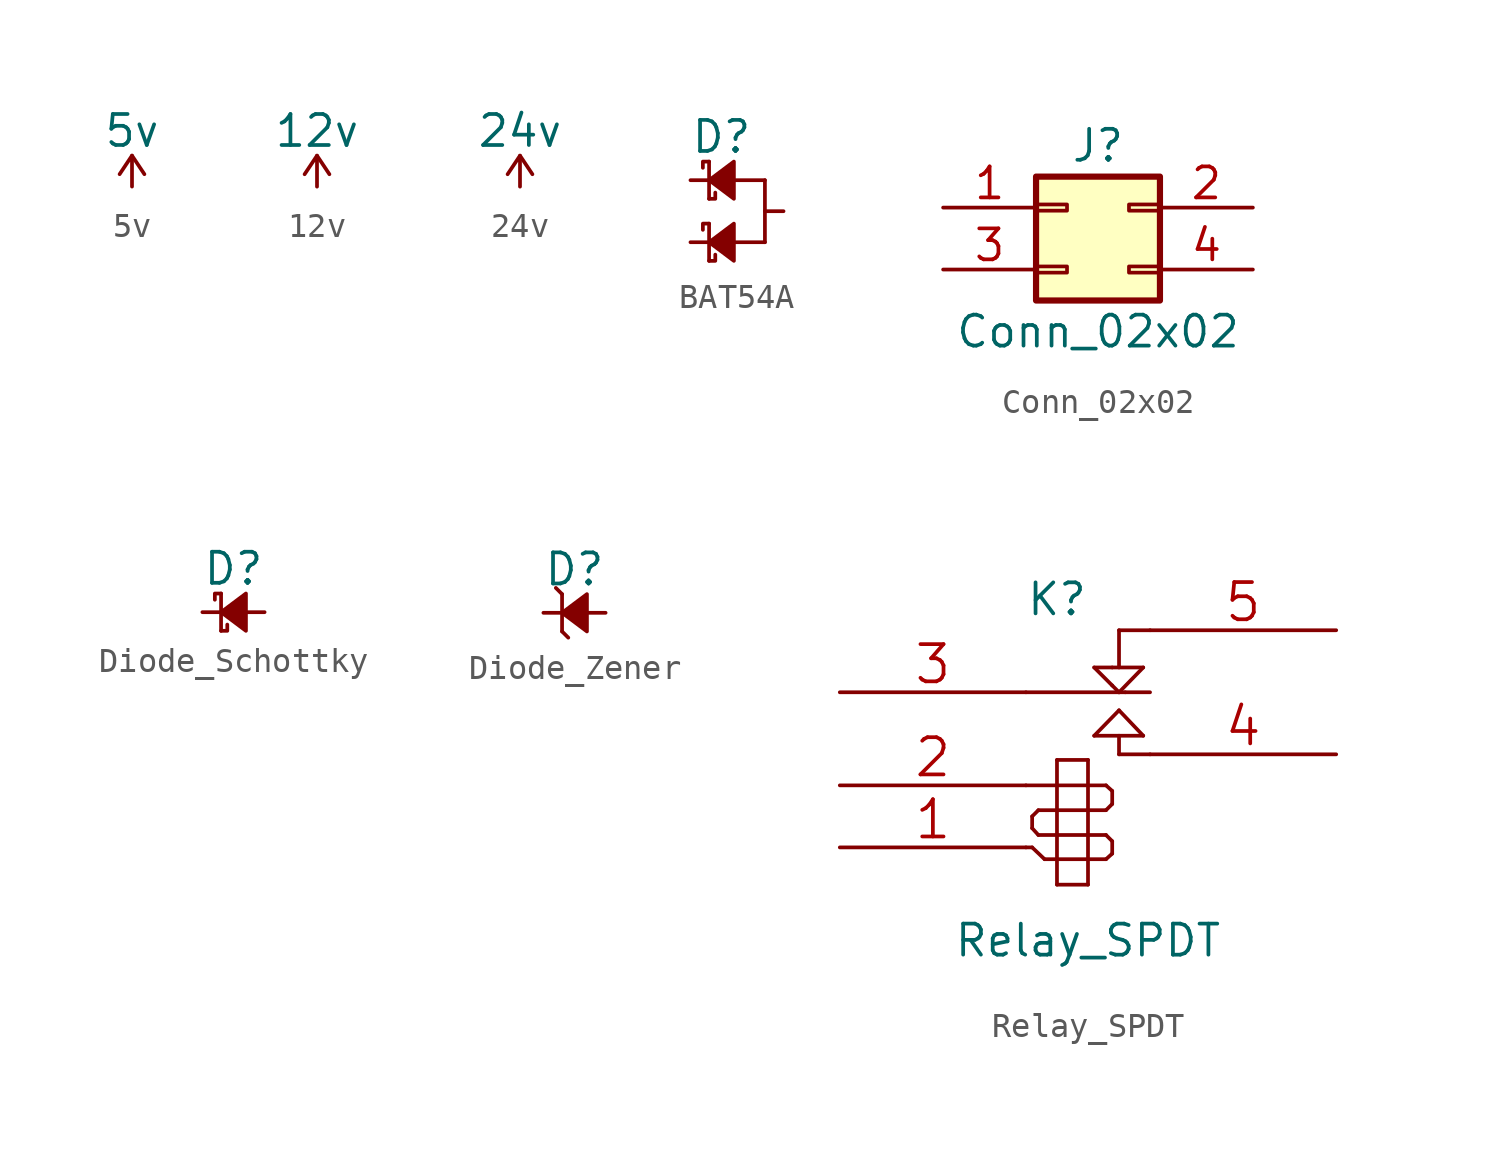
<source format=kicad_sym>
(kicad_symbol_lib
  (version 20211014)
  (generator kicad_symbol_editor)
  (symbol "5v"
    (power)
    (pin_numbers hide)
    (pin_names
      (offset 1.016) hide)
    (property "Reference" "#PWR"
      (at 0 2.794 0)
      (effects (font (size 1.27 1.27)) (justify left) hide))
    (property "Value" "5v"
      (at 0 2.286 0)
      (effects (font (size 1.27 1.27))))
    (symbol "5v_0_1"
      (polyline (pts (xy 0 1.27) (xy 0.508 0.508)) (stroke (width 0) (type default) (color 0 0 0 0)) (fill (type none)))
      (polyline (pts (xy 0 0) (xy 0 1.27) (xy -0.508 0.508)) (stroke (width 0) (type default) (color 0 0 0 0)) (fill (type none))))
    (symbol "5v_1_1"
      (pin power_in line (at 0 0 180) (length 0) hide (name "1v8" (effects (font (size 1.27 1.27)))) (number "1" (effects (font (size 1.27 1.27)))))))
  (symbol "12v"
    (power)
    (pin_numbers hide)
    (pin_names
      (offset 1.016) hide)
    (property "Reference" "#PWR"
      (at 0 2.794 0)
      (effects (font (size 1.27 1.27)) (justify left) hide))
    (property "Value" "12v"
      (at 0 2.286 0)
      (effects (font (size 1.27 1.27))))
    (symbol "12v_0_1"
      (polyline (pts (xy 0 1.27) (xy 0.508 0.508)) (stroke (width 0) (type default) (color 0 0 0 0)) (fill (type none)))
      (polyline (pts (xy 0 0) (xy 0 1.27) (xy -0.508 0.508)) (stroke (width 0) (type default) (color 0 0 0 0)) (fill (type none))))
    (symbol "12v_1_1"
      (pin power_in line (at 0 0 180) (length 0) hide (name "3v3" (effects (font (size 1.27 1.27)))) (number "1" (effects (font (size 1.27 1.27)))))))
  (symbol "24v"
    (power)
    (pin_numbers hide)
    (pin_names
      (offset 1.016) hide)
    (property "Reference" "#PWR"
      (at 0 2.794 0)
      (effects (font (size 1.27 1.27)) (justify left) hide))
    (property "Value" "24v"
      (at 0 2.286 0)
      (effects (font (size 1.27 1.27))))
    (symbol "24v_0_1"
      (polyline (pts (xy 0 1.27) (xy 0.508 0.508)) (stroke (width 0) (type default) (color 0 0 0 0)) (fill (type none)))
      (polyline (pts (xy 0 0) (xy 0 1.27) (xy -0.508 0.508)) (stroke (width 0) (type default) (color 0 0 0 0)) (fill (type none))))
    (symbol "24v_1_1"
      (pin power_in line (at 0 0 180) (length 0) hide (name "3v3" (effects (font (size 1.27 1.27)))) (number "1" (effects (font (size 1.27 1.27)))))))
  (symbol "BAT54A"
    (pin_numbers hide)
    (pin_names
      (offset 1.016) hide)
    (property "Reference" "D"
      (at 1.27 1.778 0)
      (effects (font (size 1.27 1.27))))
    (symbol "BAT54A_0_1"
      (polyline (pts (xy 0.762 -1.778) (xy 0.762 -3.302)) (stroke (width 0) (type default) (color 0 0 0 0)) (fill (type none)))
      (polyline (pts (xy 0.762 0.762) (xy 0.762 -0.762)) (stroke (width 0) (type default) (color 0 0 0 0)) (fill (type none)))
      (polyline (pts (xy 1.778 -2.54) (xy 3.048 -2.54)) (stroke (width 0) (type default) (color 0 0 0 0)) (fill (type none)))
      (polyline (pts (xy 3.048 -2.54) (xy 3.048 0)) (stroke (width 0) (type default) (color 0 0 0 0)) (fill (type none)))
      (polyline (pts (xy 3.048 0) (xy 1.778 0)) (stroke (width 0) (type default) (color 0 0 0 0)) (fill (type none)))
      (polyline (pts (xy 0.762 -3.302) (xy 1.016 -3.302) (xy 1.016 -3.048)) (stroke (width 0) (type default) (color 0 0 0 0)) (fill (type none)))
      (polyline (pts (xy 0.762 -1.778) (xy 0.508 -1.778) (xy 0.508 -2.032)) (stroke (width 0) (type default) (color 0 0 0 0)) (fill (type none)))
      (polyline (pts (xy 0.762 -0.762) (xy 1.016 -0.762) (xy 1.016 -0.508)) (stroke (width 0) (type default) (color 0 0 0 0)) (fill (type none)))
      (polyline (pts (xy 0.762 0.762) (xy 0.508 0.762) (xy 0.508 0.508)) (stroke (width 0) (type default) (color 0 0 0 0)) (fill (type none)))
      (polyline (pts (xy 1.778 -1.778) (xy 0.762 -2.54) (xy 1.778 -3.302) (xy 1.778 -1.778)) (stroke (width 0) (type default) (color 0 0 0 0)) (fill (type outline)))
      (polyline (pts (xy 1.778 0.762) (xy 0.762 0) (xy 1.778 -0.762) (xy 1.778 0.762)) (stroke (width 0) (type default) (color 0 0 0 0)) (fill (type outline))))
    (symbol "BAT54A_1_1"
      (pin passive line (at 0 0 0) (length 0.762) (name "~" (effects (font (size 1.27 1.27)))) (number "1" (effects (font (size 1.27 1.27)))))
      (pin passive line (at 0 -2.54 0) (length 0.762) (name "~" (effects (font (size 1.27 1.27)))) (number "2" (effects (font (size 1.27 1.27)))))
      (pin passive line (at 3.81 -1.27 180) (length 0.762) (name "~" (effects (font (size 1.27 1.27)))) (number "3" (effects (font (size 1.27 1.27)))))))
  (symbol "Conn_02x02"
    (pin_names
      (offset 1.016) hide)
    (property "Reference" "J"
      (at 1.27 2.54 0)
      (effects (font (size 1.27 1.27))))
    (property "Value" "Conn_02x02"
      (at 1.27 -5.08 0)
      (effects (font (size 1.27 1.27))))
    (symbol "Conn_02x02_1_1"
      (rectangle (start -1.27 -2.413) (end 0 -2.667) (stroke (width 0.152) (type default) (color 0 0 0 0)) (fill (type none)))
      (rectangle (start -1.27 0.127) (end 0 -0.127) (stroke (width 0.152) (type default) (color 0 0 0 0)) (fill (type none)))
      (rectangle (start -1.27 1.27) (end 3.81 -3.81) (stroke (width 0.254) (type default) (color 0 0 0 0)) (fill (type background)))
      (rectangle (start 3.81 -2.413) (end 2.54 -2.667) (stroke (width 0.152) (type default) (color 0 0 0 0)) (fill (type none)))
      (rectangle (start 3.81 0.127) (end 2.54 -0.127) (stroke (width 0.152) (type default) (color 0 0 0 0)) (fill (type none)))
      (pin passive line (at -5.08 0 0) (length 3.81) (name "Pin_1" (effects (font (size 1.27 1.27)))) (number "1" (effects (font (size 1.27 1.27)))))
      (pin passive line (at 7.62 0 180) (length 3.81) (name "Pin_2" (effects (font (size 1.27 1.27)))) (number "2" (effects (font (size 1.27 1.27)))))
      (pin passive line (at -5.08 -2.54 0) (length 3.81) (name "Pin_3" (effects (font (size 1.27 1.27)))) (number "3" (effects (font (size 1.27 1.27)))))
      (pin passive line (at 7.62 -2.54 180) (length 3.81) (name "Pin_4" (effects (font (size 1.27 1.27)))) (number "4" (effects (font (size 1.27 1.27)))))))
  (symbol "Diode_Schottky"
    (pin_numbers hide)
    (pin_names
      (offset 1.016) hide)
    (property "Reference" "D"
      (at 1.27 1.778 0)
      (effects (font (size 1.27 1.27))))
    (symbol "Diode_Schottky_0_1"
      (polyline (pts (xy 0.762 0.762) (xy 0.762 -0.762)) (stroke (width 0) (type default) (color 0 0 0 0)) (fill (type none)))
      (polyline (pts (xy 0.762 -0.762) (xy 1.016 -0.762) (xy 1.016 -0.508)) (stroke (width 0) (type default) (color 0 0 0 0)) (fill (type none)))
      (polyline (pts (xy 0.762 0.762) (xy 0.508 0.762) (xy 0.508 0.508)) (stroke (width 0) (type default) (color 0 0 0 0)) (fill (type none)))
      (polyline (pts (xy 1.778 0.762) (xy 0.762 0) (xy 1.778 -0.762) (xy 1.778 0.762)) (stroke (width 0) (type default) (color 0 0 0 0)) (fill (type outline))))
    (symbol "Diode_Schottky_1_1"
      (pin passive line (at 0 0 0) (length 0.762) (name "~" (effects (font (size 1.27 1.27)))) (number "1" (effects (font (size 1.27 1.27)))))
      (pin passive line (at 2.54 0 180) (length 0.762) (name "~" (effects (font (size 1.27 1.27)))) (number "2" (effects (font (size 1.27 1.27)))))))
  (symbol "Diode_Zener"
    (pin_numbers hide)
    (pin_names
      (offset 1.016) hide)
    (property "Reference" "D"
      (at 1.27 1.778 0)
      (effects (font (size 1.27 1.27))))
    (symbol "Diode_Zener_0_1"
      (polyline (pts (xy 0.762 -0.762) (xy 1.016 -1.016)) (stroke (width 0) (type default) (color 0 0 0 0)) (fill (type none)))
      (polyline (pts (xy 0.762 0.762) (xy 0.508 1.016)) (stroke (width 0) (type default) (color 0 0 0 0)) (fill (type none)))
      (polyline (pts (xy 0.762 0.762) (xy 0.762 -0.762)) (stroke (width 0) (type default) (color 0 0 0 0)) (fill (type none)))
      (polyline (pts (xy 1.778 0.762) (xy 0.762 0) (xy 1.778 -0.762) (xy 1.778 0.762)) (stroke (width 0) (type default) (color 0 0 0 0)) (fill (type outline))))
    (symbol "Diode_Zener_1_1"
      (pin passive line (at 0 0 0) (length 0.762) (name "~" (effects (font (size 1.27 1.27)))) (number "1" (effects (font (size 1.27 1.27)))))
      (pin passive line (at 2.54 0 180) (length 0.762) (name "~" (effects (font (size 1.27 1.27)))) (number "2" (effects (font (size 1.27 1.27)))))))
  (symbol "Relay_SPDT"
    (pin_names
      (offset 1.016) hide)
    (property "Reference" "K"
      (at -1.27 10.16 0)
      (effects (font (size 1.27 1.27))))
    (property "Value" "Relay_SPDT"
      (at 0 -3.81 0)
      (effects (font (size 1.27 1.27))))
    (property "Footprint" ""
      (at 0 0 0)
      (effects (font (size 1.524 1.524))))
    (property "Datasheet" ""
      (at 0 0 0)
      (effects (font (size 1.524 1.524))))
    (symbol "Relay_SPDT_0_1"
      (polyline (pts (xy -2.54 0) (xy -2.286 0)) (stroke (width 0) (type default) (color 0 0 0 0)) (fill (type none)))
      (polyline (pts (xy -2.54 2.54) (xy -1.27 2.54)) (stroke (width 0) (type default) (color 0 0 0 0)) (fill (type none)))
      (polyline (pts (xy -2.286 0) (xy -1.778 -0.483)) (stroke (width 0) (type default) (color 0 0 0 0)) (fill (type none)))
      (polyline (pts (xy -2.286 0.787) (xy -2.286 1.27)) (stroke (width 0) (type default) (color 0 0 0 0)) (fill (type none)))
      (polyline (pts (xy -2.032 0.508) (xy -2.286 0.787)) (stroke (width 0) (type default) (color 0 0 0 0)) (fill (type none)))
      (polyline (pts (xy -2.032 1.524) (xy -2.286 1.27)) (stroke (width 0) (type default) (color 0 0 0 0)) (fill (type none)))
      (polyline (pts (xy -1.778 -0.483) (xy -1.27 -0.483)) (stroke (width 0) (type default) (color 0 0 0 0)) (fill (type none)))
      (polyline (pts (xy -1.27 -1.524) (xy -1.27 3.581)) (stroke (width 0) (type default) (color 0 0 0 0)) (fill (type none)))
      (polyline (pts (xy -1.27 0.508) (xy -2.032 0.508)) (stroke (width 0) (type default) (color 0 0 0 0)) (fill (type none)))
      (polyline (pts (xy -1.27 0.508) (xy 0 0.508)) (stroke (width 0) (type default) (color 0 0 0 0)) (fill (type none)))
      (polyline (pts (xy -1.27 1.524) (xy -2.032 1.524)) (stroke (width 0) (type default) (color 0 0 0 0)) (fill (type none)))
      (polyline (pts (xy -1.27 2.54) (xy 0 2.54)) (stroke (width 0) (type default) (color 0 0 0 0)) (fill (type none)))
      (polyline (pts (xy -1.27 3.581) (xy 0 3.581)) (stroke (width 0) (type default) (color 0 0 0 0)) (fill (type none)))
      (polyline (pts (xy 0 -1.524) (xy -1.27 -1.524)) (stroke (width 0) (type default) (color 0 0 0 0)) (fill (type none)))
      (polyline (pts (xy 0 -0.483) (xy -1.27 -0.483)) (stroke (width 0) (type default) (color 0 0 0 0)) (fill (type none)))
      (polyline (pts (xy 0 -0.483) (xy 0.737 -0.483)) (stroke (width 0) (type default) (color 0 0 0 0)) (fill (type none)))
      (polyline (pts (xy 0 0.508) (xy 0.737 0.508)) (stroke (width 0) (type default) (color 0 0 0 0)) (fill (type none)))
      (polyline (pts (xy 0 1.524) (xy -1.27 1.524)) (stroke (width 0) (type default) (color 0 0 0 0)) (fill (type none)))
      (polyline (pts (xy 0 1.524) (xy 0.737 1.524)) (stroke (width 0) (type default) (color 0 0 0 0)) (fill (type none)))
      (polyline (pts (xy 0 2.54) (xy 0.737 2.54)) (stroke (width 0) (type default) (color 0 0 0 0)) (fill (type none)))
      (polyline (pts (xy 0 3.581) (xy 0 -1.524)) (stroke (width 0) (type default) (color 0 0 0 0)) (fill (type none)))
      (polyline (pts (xy 0.254 4.572) (xy 1.27 5.613)) (stroke (width 0) (type default) (color 0 0 0 0)) (fill (type none)))
      (polyline (pts (xy 0.254 7.366) (xy 0.991 7.366)) (stroke (width 0) (type default) (color 0 0 0 0)) (fill (type none)))
      (polyline (pts (xy 0.737 -0.483) (xy 0.991 -0.254)) (stroke (width 0) (type default) (color 0 0 0 0)) (fill (type none)))
      (polyline (pts (xy 0.737 0.508) (xy 0.991 0.254)) (stroke (width 0) (type default) (color 0 0 0 0)) (fill (type none)))
      (polyline (pts (xy 0.737 1.524) (xy 0.991 1.778)) (stroke (width 0) (type default) (color 0 0 0 0)) (fill (type none)))
      (polyline (pts (xy 0.737 2.54) (xy 0.991 2.311)) (stroke (width 0) (type default) (color 0 0 0 0)) (fill (type none)))
      (polyline (pts (xy 0.991 -0.254) (xy 0.991 0.254)) (stroke (width 0) (type default) (color 0 0 0 0)) (fill (type none)))
      (polyline (pts (xy 0.991 2.311) (xy 0.991 1.778)) (stroke (width 0) (type default) (color 0 0 0 0)) (fill (type none)))
      (polyline (pts (xy 0.991 6.629) (xy 0.254 7.366)) (stroke (width 0) (type default) (color 0 0 0 0)) (fill (type none)))
      (polyline (pts (xy 0.991 6.629) (xy 1.27 6.35)) (stroke (width 0) (type default) (color 0 0 0 0)) (fill (type none)))
      (polyline (pts (xy 0.991 7.366) (xy 2.261 7.366)) (stroke (width 0) (type default) (color 0 0 0 0)) (fill (type none)))
      (polyline (pts (xy 1.27 3.81) (xy 1.27 4.572)) (stroke (width 0) (type default) (color 0 0 0 0)) (fill (type none)))
      (polyline (pts (xy 1.27 3.81) (xy 2.54 3.81)) (stroke (width 0) (type default) (color 0 0 0 0)) (fill (type none)))
      (polyline (pts (xy 1.27 5.613) (xy 2.261 4.572)) (stroke (width 0) (type default) (color 0 0 0 0)) (fill (type none)))
      (polyline (pts (xy 1.27 6.35) (xy -2.54 6.35)) (stroke (width 0) (type default) (color 0 0 0 0)) (fill (type none)))
      (polyline (pts (xy 1.27 6.35) (xy 1.524 6.35)) (stroke (width 0) (type default) (color 0 0 0 0)) (fill (type none)))
      (polyline (pts (xy 1.27 8.89) (xy 1.27 7.366)) (stroke (width 0) (type default) (color 0 0 0 0)) (fill (type none)))
      (polyline (pts (xy 1.27 8.89) (xy 2.54 8.89)) (stroke (width 0) (type default) (color 0 0 0 0)) (fill (type none)))
      (polyline (pts (xy 1.524 6.35) (xy 2.54 6.35)) (stroke (width 0) (type default) (color 0 0 0 0)) (fill (type none)))
      (polyline (pts (xy 2.261 4.572) (xy 0.254 4.572)) (stroke (width 0) (type default) (color 0 0 0 0)) (fill (type none)))
      (polyline (pts (xy 2.261 7.366) (xy 1.27 6.35)) (stroke (width 0) (type default) (color 0 0 0 0)) (fill (type none))))
    (symbol "Relay_SPDT_1_1"
      (pin input line (at -10.16 0 0) (length 7.62) (name "~" (effects (font (size 1.524 1.524)))) (number "1" (effects (font (size 1.524 1.524)))))
      (pin input line (at -10.16 2.54 0) (length 7.62) (name "~" (effects (font (size 1.524 1.524)))) (number "2" (effects (font (size 1.524 1.524)))))
      (pin passive line (at -10.16 6.35 0) (length 7.62) (name "~" (effects (font (size 1.524 1.524)))) (number "3" (effects (font (size 1.524 1.524)))))
      (pin passive line (at 10.16 3.81 180) (length 7.62) (name "~" (effects (font (size 1.524 1.524)))) (number "4" (effects (font (size 1.524 1.524)))))
      (pin passive line (at 10.16 8.89 180) (length 7.62) (name "~" (effects (font (size 1.524 1.524)))) (number "5" (effects (font (size 1.524 1.524))))))))
</source>
